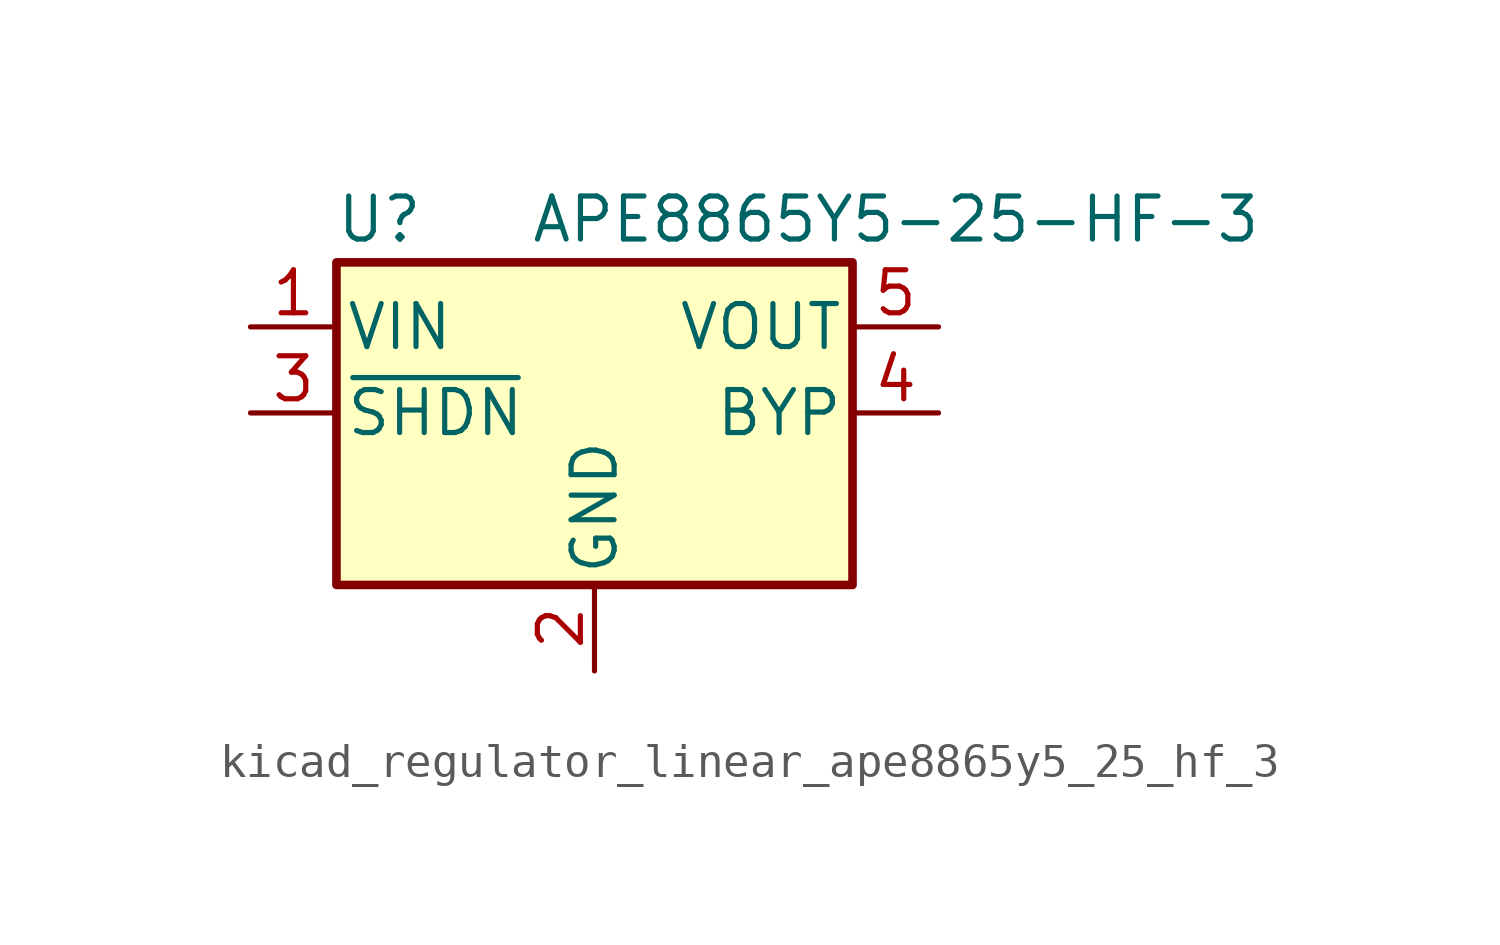
<source format=kicad_sym>
(kicad_symbol_lib
  (version 20220914)
  (generator kicad_symbol_editor)
  (symbol "kicad_regulator_linear_ape8865y5_25_hf_3"
    (pin_names
      (offset 0.254))
    (property "Reference" "U"
      (at -6.35 5.715 0)
      (effects (font (size 1.27 1.27))))
    (property "Value" "APE8865Y5-25-HF-3"
      (at -1.905 5.715 0)
      (effects (font (size 1.27 1.27)) (justify left)))
    (symbol "kicad_regulator_linear_ape8865y5_25_hf_3_0_1"
      (rectangle (start -7.62 4.445) (end 7.62 -5.08) (stroke (width 0.254) (type default)) (fill (type background))))
    (symbol "kicad_regulator_linear_ape8865y5_25_hf_3_1_1"
      (pin power_in line (at -10.16 2.54 0) (length 2.54) (name "VIN" (effects (font (size 1.27 1.27)))) (number "1" (effects (font (size 1.27 1.27)))))
      (pin power_in line (at 0 -7.62 90) (length 2.54) (name "GND" (effects (font (size 1.27 1.27)))) (number "2" (effects (font (size 1.27 1.27)))))
      (pin input line (at -10.16 0 0) (length 2.54) (name "~{SHDN}" (effects (font (size 1.27 1.27)))) (number "3" (effects (font (size 1.27 1.27)))))
      (pin input line (at 10.16 0 180) (length 2.54) (name "BYP" (effects (font (size 1.27 1.27)))) (number "4" (effects (font (size 1.27 1.27)))))
      (pin power_out line (at 10.16 2.54 180) (length 2.54) (name "VOUT" (effects (font (size 1.27 1.27)))) (number "5" (effects (font (size 1.27 1.27))))))))
</source>
